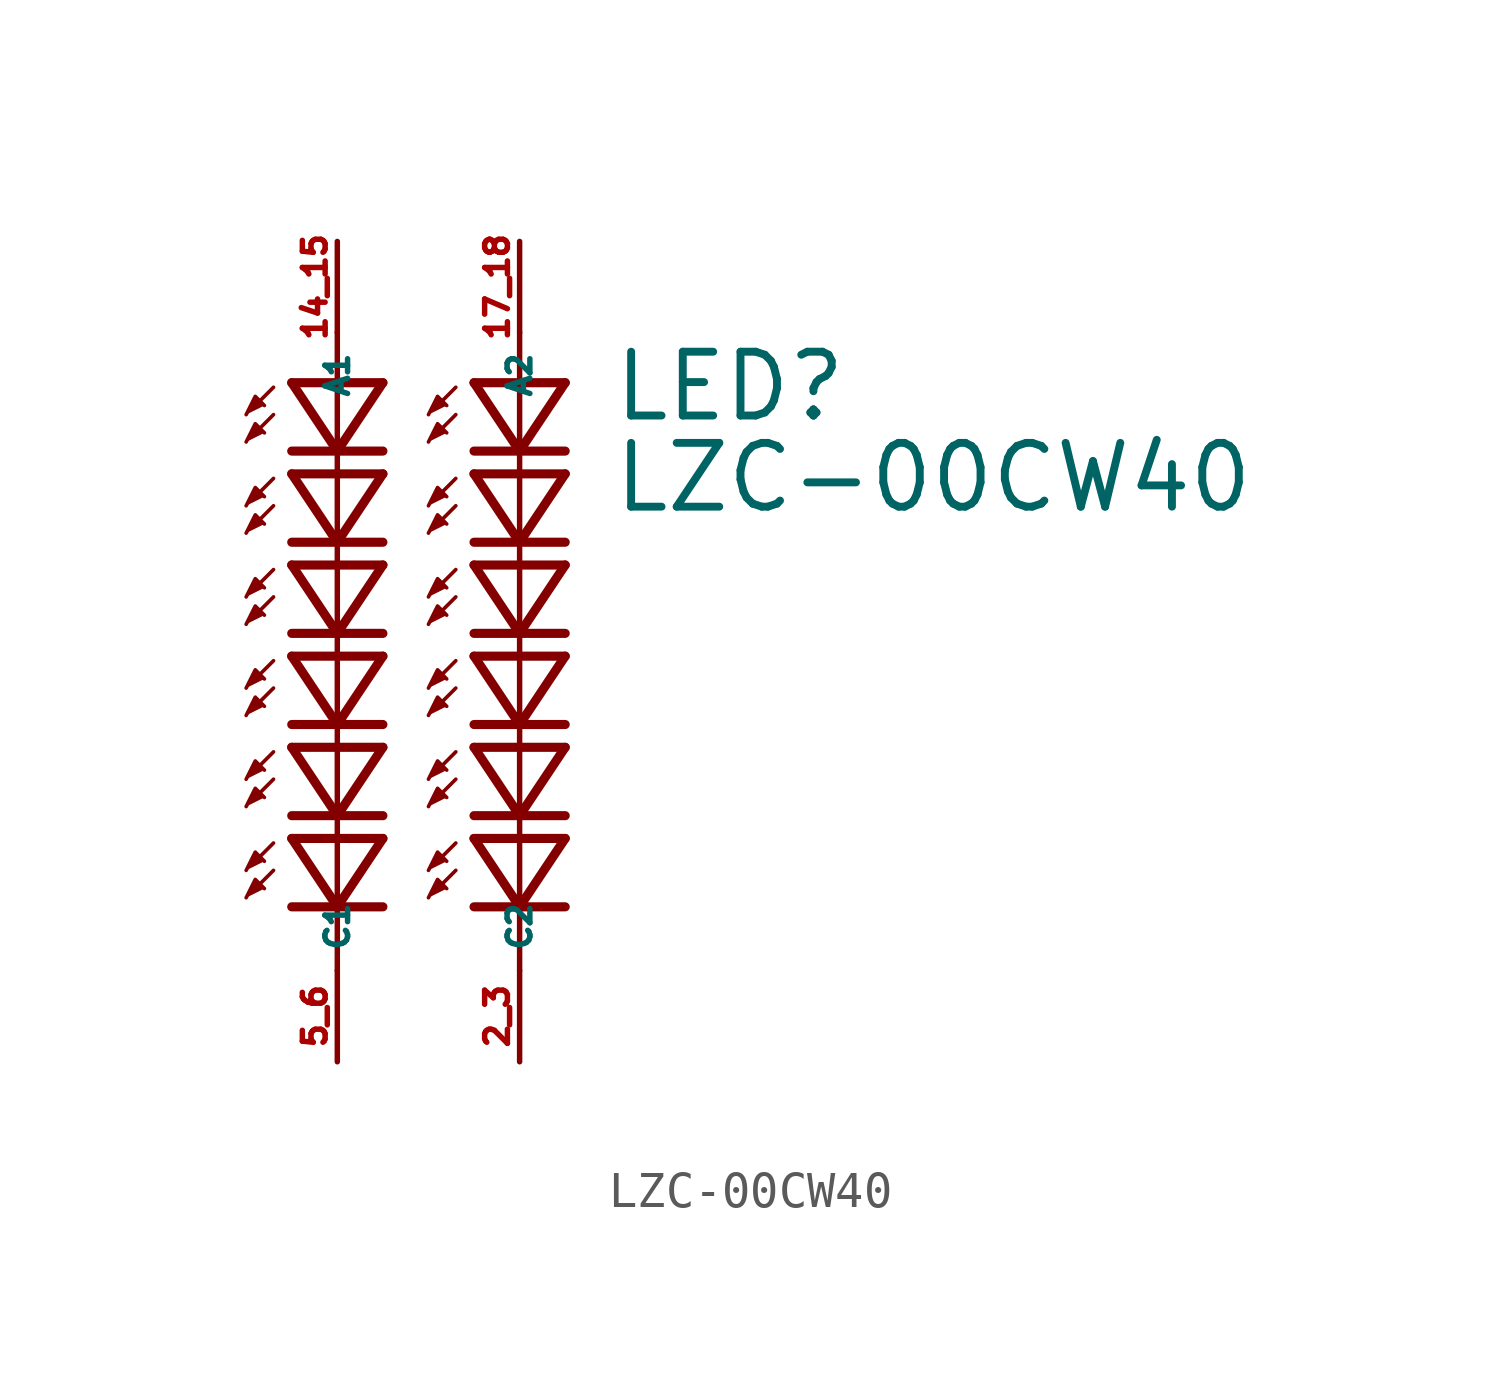
<source format=kicad_sym>
(kicad_symbol_lib
  (version 20220914)
  (generator kicad_symbol_editor)
  (symbol "LZC-00CW40"
    (property "Reference" "LED"
      (at 6.35 5.08 0)
      (effects (font (size 1.778 1.778) (thickness 0.22)) (justify left bottom)))
    (property "Value" "LZC-00CW40"
      (at 6.35 2.54 0)
      (effects (font (size 1.778 1.778) (thickness 0.22)) (justify left bottom)))
    (symbol "LZC-00CW40_1_1"
      (polyline (pts (xy -3.048 -7.366) (xy -3.429 -7.747)) (stroke (width 0.102) (type default)) (fill (type none)))
      (polyline (pts (xy -3.048 -6.604) (xy -3.429 -6.985)) (stroke (width 0.102) (type default)) (fill (type none)))
      (polyline (pts (xy -3.048 -4.826) (xy -3.429 -5.207)) (stroke (width 0.102) (type default)) (fill (type none)))
      (polyline (pts (xy -3.048 -4.064) (xy -3.429 -4.445)) (stroke (width 0.102) (type default)) (fill (type none)))
      (polyline (pts (xy -3.048 -2.286) (xy -3.429 -2.667)) (stroke (width 0.102) (type default)) (fill (type none)))
      (polyline (pts (xy -3.048 -1.524) (xy -3.429 -1.905)) (stroke (width 0.102) (type default)) (fill (type none)))
      (polyline (pts (xy -3.048 0.254) (xy -3.429 -0.127)) (stroke (width 0.102) (type default)) (fill (type none)))
      (polyline (pts (xy -3.048 1.016) (xy -3.429 0.635)) (stroke (width 0.102) (type default)) (fill (type none)))
      (polyline (pts (xy -3.048 2.794) (xy -3.429 2.413)) (stroke (width 0.102) (type default)) (fill (type none)))
      (polyline (pts (xy -3.048 3.556) (xy -3.429 3.175)) (stroke (width 0.102) (type default)) (fill (type none)))
      (polyline (pts (xy -3.048 5.334) (xy -3.429 4.953)) (stroke (width 0.102) (type default)) (fill (type none)))
      (polyline (pts (xy -3.048 6.096) (xy -3.429 5.715)) (stroke (width 0.102) (type default)) (fill (type none)))
      (polyline (pts (xy -1.27 -8.382) (xy -2.54 -8.382)) (stroke (width 0.254) (type default)) (fill (type none)))
      (polyline (pts (xy -1.27 -8.382) (xy -2.54 -6.477)) (stroke (width 0.254) (type default)) (fill (type none)))
      (polyline (pts (xy -1.27 -5.842) (xy -2.54 -5.842)) (stroke (width 0.254) (type default)) (fill (type none)))
      (polyline (pts (xy -1.27 -5.842) (xy -2.54 -3.937)) (stroke (width 0.254) (type default)) (fill (type none)))
      (polyline (pts (xy -1.27 -3.302) (xy -2.54 -3.302)) (stroke (width 0.254) (type default)) (fill (type none)))
      (polyline (pts (xy -1.27 -3.302) (xy -2.54 -1.397)) (stroke (width 0.254) (type default)) (fill (type none)))
      (polyline (pts (xy -1.27 -0.762) (xy -2.54 -0.762)) (stroke (width 0.254) (type default)) (fill (type none)))
      (polyline (pts (xy -1.27 -0.762) (xy -2.54 1.143)) (stroke (width 0.254) (type default)) (fill (type none)))
      (polyline (pts (xy -1.27 1.778) (xy -2.54 1.778)) (stroke (width 0.254) (type default)) (fill (type none)))
      (polyline (pts (xy -1.27 1.778) (xy -2.54 3.683)) (stroke (width 0.254) (type default)) (fill (type none)))
      (polyline (pts (xy -1.27 4.318) (xy -2.54 4.318)) (stroke (width 0.254) (type default)) (fill (type none)))
      (polyline (pts (xy -1.27 4.318) (xy -2.54 6.223)) (stroke (width 0.254) (type default)) (fill (type none)))
      (polyline (pts (xy -1.27 7.62) (xy -1.27 -10.16)) (stroke (width 0.152) (type default)) (fill (type none)))
      (polyline (pts (xy 0 -8.382) (xy -1.27 -8.382)) (stroke (width 0.254) (type default)) (fill (type none)))
      (polyline (pts (xy 0 -6.477) (xy -2.54 -6.477)) (stroke (width 0.254) (type default)) (fill (type none)))
      (polyline (pts (xy 0 -6.477) (xy -1.27 -8.382)) (stroke (width 0.254) (type default)) (fill (type none)))
      (polyline (pts (xy 0 -5.842) (xy -1.27 -5.842)) (stroke (width 0.254) (type default)) (fill (type none)))
      (polyline (pts (xy 0 -3.937) (xy -2.54 -3.937)) (stroke (width 0.254) (type default)) (fill (type none)))
      (polyline (pts (xy 0 -3.937) (xy -1.27 -5.842)) (stroke (width 0.254) (type default)) (fill (type none)))
      (polyline (pts (xy 0 -3.302) (xy -1.27 -3.302)) (stroke (width 0.254) (type default)) (fill (type none)))
      (polyline (pts (xy 0 -1.397) (xy -2.54 -1.397)) (stroke (width 0.254) (type default)) (fill (type none)))
      (polyline (pts (xy 0 -1.397) (xy -1.27 -3.302)) (stroke (width 0.254) (type default)) (fill (type none)))
      (polyline (pts (xy 0 -0.762) (xy -1.27 -0.762)) (stroke (width 0.254) (type default)) (fill (type none)))
      (polyline (pts (xy 0 1.143) (xy -2.54 1.143)) (stroke (width 0.254) (type default)) (fill (type none)))
      (polyline (pts (xy 0 1.143) (xy -1.27 -0.762)) (stroke (width 0.254) (type default)) (fill (type none)))
      (polyline (pts (xy 0 1.778) (xy -1.27 1.778)) (stroke (width 0.254) (type default)) (fill (type none)))
      (polyline (pts (xy 0 3.683) (xy -2.54 3.683)) (stroke (width 0.254) (type default)) (fill (type none)))
      (polyline (pts (xy 0 3.683) (xy -1.27 1.778)) (stroke (width 0.254) (type default)) (fill (type none)))
      (polyline (pts (xy 0 4.318) (xy -1.27 4.318)) (stroke (width 0.254) (type default)) (fill (type none)))
      (polyline (pts (xy 0 6.223) (xy -2.54 6.223)) (stroke (width 0.254) (type default)) (fill (type none)))
      (polyline (pts (xy 0 6.223) (xy -1.27 4.318)) (stroke (width 0.254) (type default)) (fill (type none)))
      (polyline (pts (xy 2.032 -7.366) (xy 1.651 -7.747)) (stroke (width 0.102) (type default)) (fill (type none)))
      (polyline (pts (xy 2.032 -6.604) (xy 1.651 -6.985)) (stroke (width 0.102) (type default)) (fill (type none)))
      (polyline (pts (xy 2.032 -4.826) (xy 1.651 -5.207)) (stroke (width 0.102) (type default)) (fill (type none)))
      (polyline (pts (xy 2.032 -4.064) (xy 1.651 -4.445)) (stroke (width 0.102) (type default)) (fill (type none)))
      (polyline (pts (xy 2.032 -2.286) (xy 1.651 -2.667)) (stroke (width 0.102) (type default)) (fill (type none)))
      (polyline (pts (xy 2.032 -1.524) (xy 1.651 -1.905)) (stroke (width 0.102) (type default)) (fill (type none)))
      (polyline (pts (xy 2.032 0.254) (xy 1.651 -0.127)) (stroke (width 0.102) (type default)) (fill (type none)))
      (polyline (pts (xy 2.032 1.016) (xy 1.651 0.635)) (stroke (width 0.102) (type default)) (fill (type none)))
      (polyline (pts (xy 2.032 2.794) (xy 1.651 2.413)) (stroke (width 0.102) (type default)) (fill (type none)))
      (polyline (pts (xy 2.032 3.556) (xy 1.651 3.175)) (stroke (width 0.102) (type default)) (fill (type none)))
      (polyline (pts (xy 2.032 5.334) (xy 1.651 4.953)) (stroke (width 0.102) (type default)) (fill (type none)))
      (polyline (pts (xy 2.032 6.096) (xy 1.651 5.715)) (stroke (width 0.102) (type default)) (fill (type none)))
      (polyline (pts (xy 3.81 -8.382) (xy 2.54 -8.382)) (stroke (width 0.254) (type default)) (fill (type none)))
      (polyline (pts (xy 3.81 -8.382) (xy 2.54 -6.477)) (stroke (width 0.254) (type default)) (fill (type none)))
      (polyline (pts (xy 3.81 -5.842) (xy 2.54 -5.842)) (stroke (width 0.254) (type default)) (fill (type none)))
      (polyline (pts (xy 3.81 -5.842) (xy 2.54 -3.937)) (stroke (width 0.254) (type default)) (fill (type none)))
      (polyline (pts (xy 3.81 -3.302) (xy 2.54 -3.302)) (stroke (width 0.254) (type default)) (fill (type none)))
      (polyline (pts (xy 3.81 -3.302) (xy 2.54 -1.397)) (stroke (width 0.254) (type default)) (fill (type none)))
      (polyline (pts (xy 3.81 -0.762) (xy 2.54 -0.762)) (stroke (width 0.254) (type default)) (fill (type none)))
      (polyline (pts (xy 3.81 -0.762) (xy 2.54 1.143)) (stroke (width 0.254) (type default)) (fill (type none)))
      (polyline (pts (xy 3.81 1.778) (xy 2.54 1.778)) (stroke (width 0.254) (type default)) (fill (type none)))
      (polyline (pts (xy 3.81 1.778) (xy 2.54 3.683)) (stroke (width 0.254) (type default)) (fill (type none)))
      (polyline (pts (xy 3.81 4.318) (xy 2.54 4.318)) (stroke (width 0.254) (type default)) (fill (type none)))
      (polyline (pts (xy 3.81 4.318) (xy 2.54 6.223)) (stroke (width 0.254) (type default)) (fill (type none)))
      (polyline (pts (xy 3.81 7.62) (xy 3.81 -10.16)) (stroke (width 0.152) (type default)) (fill (type none)))
      (polyline (pts (xy 5.08 -8.382) (xy 3.81 -8.382)) (stroke (width 0.254) (type default)) (fill (type none)))
      (polyline (pts (xy 5.08 -6.477) (xy 2.54 -6.477)) (stroke (width 0.254) (type default)) (fill (type none)))
      (polyline (pts (xy 5.08 -6.477) (xy 3.81 -8.382)) (stroke (width 0.254) (type default)) (fill (type none)))
      (polyline (pts (xy 5.08 -5.842) (xy 3.81 -5.842)) (stroke (width 0.254) (type default)) (fill (type none)))
      (polyline (pts (xy 5.08 -3.937) (xy 2.54 -3.937)) (stroke (width 0.254) (type default)) (fill (type none)))
      (polyline (pts (xy 5.08 -3.937) (xy 3.81 -5.842)) (stroke (width 0.254) (type default)) (fill (type none)))
      (polyline (pts (xy 5.08 -3.302) (xy 3.81 -3.302)) (stroke (width 0.254) (type default)) (fill (type none)))
      (polyline (pts (xy 5.08 -1.397) (xy 2.54 -1.397)) (stroke (width 0.254) (type default)) (fill (type none)))
      (polyline (pts (xy 5.08 -1.397) (xy 3.81 -3.302)) (stroke (width 0.254) (type default)) (fill (type none)))
      (polyline (pts (xy 5.08 -0.762) (xy 3.81 -0.762)) (stroke (width 0.254) (type default)) (fill (type none)))
      (polyline (pts (xy 5.08 1.143) (xy 2.54 1.143)) (stroke (width 0.254) (type default)) (fill (type none)))
      (polyline (pts (xy 5.08 1.143) (xy 3.81 -0.762)) (stroke (width 0.254) (type default)) (fill (type none)))
      (polyline (pts (xy 5.08 1.778) (xy 3.81 1.778)) (stroke (width 0.254) (type default)) (fill (type none)))
      (polyline (pts (xy 5.08 3.683) (xy 2.54 3.683)) (stroke (width 0.254) (type default)) (fill (type none)))
      (polyline (pts (xy 5.08 3.683) (xy 3.81 1.778)) (stroke (width 0.254) (type default)) (fill (type none)))
      (polyline (pts (xy 5.08 4.318) (xy 3.81 4.318)) (stroke (width 0.254) (type default)) (fill (type none)))
      (polyline (pts (xy 5.08 6.223) (xy 2.54 6.223)) (stroke (width 0.254) (type default)) (fill (type none)))
      (polyline (pts (xy 5.08 6.223) (xy 3.81 4.318)) (stroke (width 0.254) (type default)) (fill (type none)))
      (polyline (pts (xy -3.81 -8.128) (xy -3.556 -7.62) (xy -3.302 -7.874)) (stroke (width 0.102) (type default)) (fill (type outline)))
      (polyline (pts (xy -3.81 -7.366) (xy -3.556 -6.858) (xy -3.302 -7.112)) (stroke (width 0.102) (type default)) (fill (type outline)))
      (polyline (pts (xy -3.81 -5.588) (xy -3.556 -5.08) (xy -3.302 -5.334)) (stroke (width 0.102) (type default)) (fill (type outline)))
      (polyline (pts (xy -3.81 -4.826) (xy -3.556 -4.318) (xy -3.302 -4.572)) (stroke (width 0.102) (type default)) (fill (type outline)))
      (polyline (pts (xy -3.81 -3.048) (xy -3.556 -2.54) (xy -3.302 -2.794)) (stroke (width 0.102) (type default)) (fill (type outline)))
      (polyline (pts (xy -3.81 -2.286) (xy -3.556 -1.778) (xy -3.302 -2.032)) (stroke (width 0.102) (type default)) (fill (type outline)))
      (polyline (pts (xy -3.81 -0.508) (xy -3.556 0) (xy -3.302 -0.254)) (stroke (width 0.102) (type default)) (fill (type outline)))
      (polyline (pts (xy -3.81 0.254) (xy -3.556 0.762) (xy -3.302 0.508)) (stroke (width 0.102) (type default)) (fill (type outline)))
      (polyline (pts (xy -3.81 2.032) (xy -3.556 2.54) (xy -3.302 2.286)) (stroke (width 0.102) (type default)) (fill (type outline)))
      (polyline (pts (xy -3.81 2.794) (xy -3.556 3.302) (xy -3.302 3.048)) (stroke (width 0.102) (type default)) (fill (type outline)))
      (polyline (pts (xy -3.81 4.572) (xy -3.556 5.08) (xy -3.302 4.826)) (stroke (width 0.102) (type default)) (fill (type outline)))
      (polyline (pts (xy -3.81 5.334) (xy -3.556 5.842) (xy -3.302 5.588)) (stroke (width 0.102) (type default)) (fill (type outline)))
      (polyline (pts (xy 1.27 -8.128) (xy 1.524 -7.62) (xy 1.778 -7.874)) (stroke (width 0.102) (type default)) (fill (type outline)))
      (polyline (pts (xy 1.27 -7.366) (xy 1.524 -6.858) (xy 1.778 -7.112)) (stroke (width 0.102) (type default)) (fill (type outline)))
      (polyline (pts (xy 1.27 -5.588) (xy 1.524 -5.08) (xy 1.778 -5.334)) (stroke (width 0.102) (type default)) (fill (type outline)))
      (polyline (pts (xy 1.27 -4.826) (xy 1.524 -4.318) (xy 1.778 -4.572)) (stroke (width 0.102) (type default)) (fill (type outline)))
      (polyline (pts (xy 1.27 -3.048) (xy 1.524 -2.54) (xy 1.778 -2.794)) (stroke (width 0.102) (type default)) (fill (type outline)))
      (polyline (pts (xy 1.27 -2.286) (xy 1.524 -1.778) (xy 1.778 -2.032)) (stroke (width 0.102) (type default)) (fill (type outline)))
      (polyline (pts (xy 1.27 -0.508) (xy 1.524 0) (xy 1.778 -0.254)) (stroke (width 0.102) (type default)) (fill (type outline)))
      (polyline (pts (xy 1.27 0.254) (xy 1.524 0.762) (xy 1.778 0.508)) (stroke (width 0.102) (type default)) (fill (type outline)))
      (polyline (pts (xy 1.27 2.032) (xy 1.524 2.54) (xy 1.778 2.286)) (stroke (width 0.102) (type default)) (fill (type outline)))
      (polyline (pts (xy 1.27 2.794) (xy 1.524 3.302) (xy 1.778 3.048)) (stroke (width 0.102) (type default)) (fill (type outline)))
      (polyline (pts (xy 1.27 4.572) (xy 1.524 5.08) (xy 1.778 4.826)) (stroke (width 0.102) (type default)) (fill (type outline)))
      (polyline (pts (xy 1.27 5.334) (xy 1.524 5.842) (xy 1.778 5.588)) (stroke (width 0.102) (type default)) (fill (type outline)))
      (pin passive line (at -1.27 10.16 270) (length 2.54) (name "A1" (effects (font (size 0.635 0.635)))) (number "14_15" (effects (font (size 0.635 0.635)))))
      (pin passive line (at 3.81 10.16 270) (length 2.54) (name "A2" (effects (font (size 0.635 0.635)))) (number "17_18" (effects (font (size 0.635 0.635)))))
      (pin passive line (at 3.81 -12.7 90) (length 2.54) (name "C2" (effects (font (size 0.635 0.635)))) (number "2_3" (effects (font (size 0.635 0.635)))))
      (pin passive line (at -1.27 -12.7 90) (length 2.54) (name "C1" (effects (font (size 0.635 0.635)))) (number "5_6" (effects (font (size 0.635 0.635))))))))
</source>
